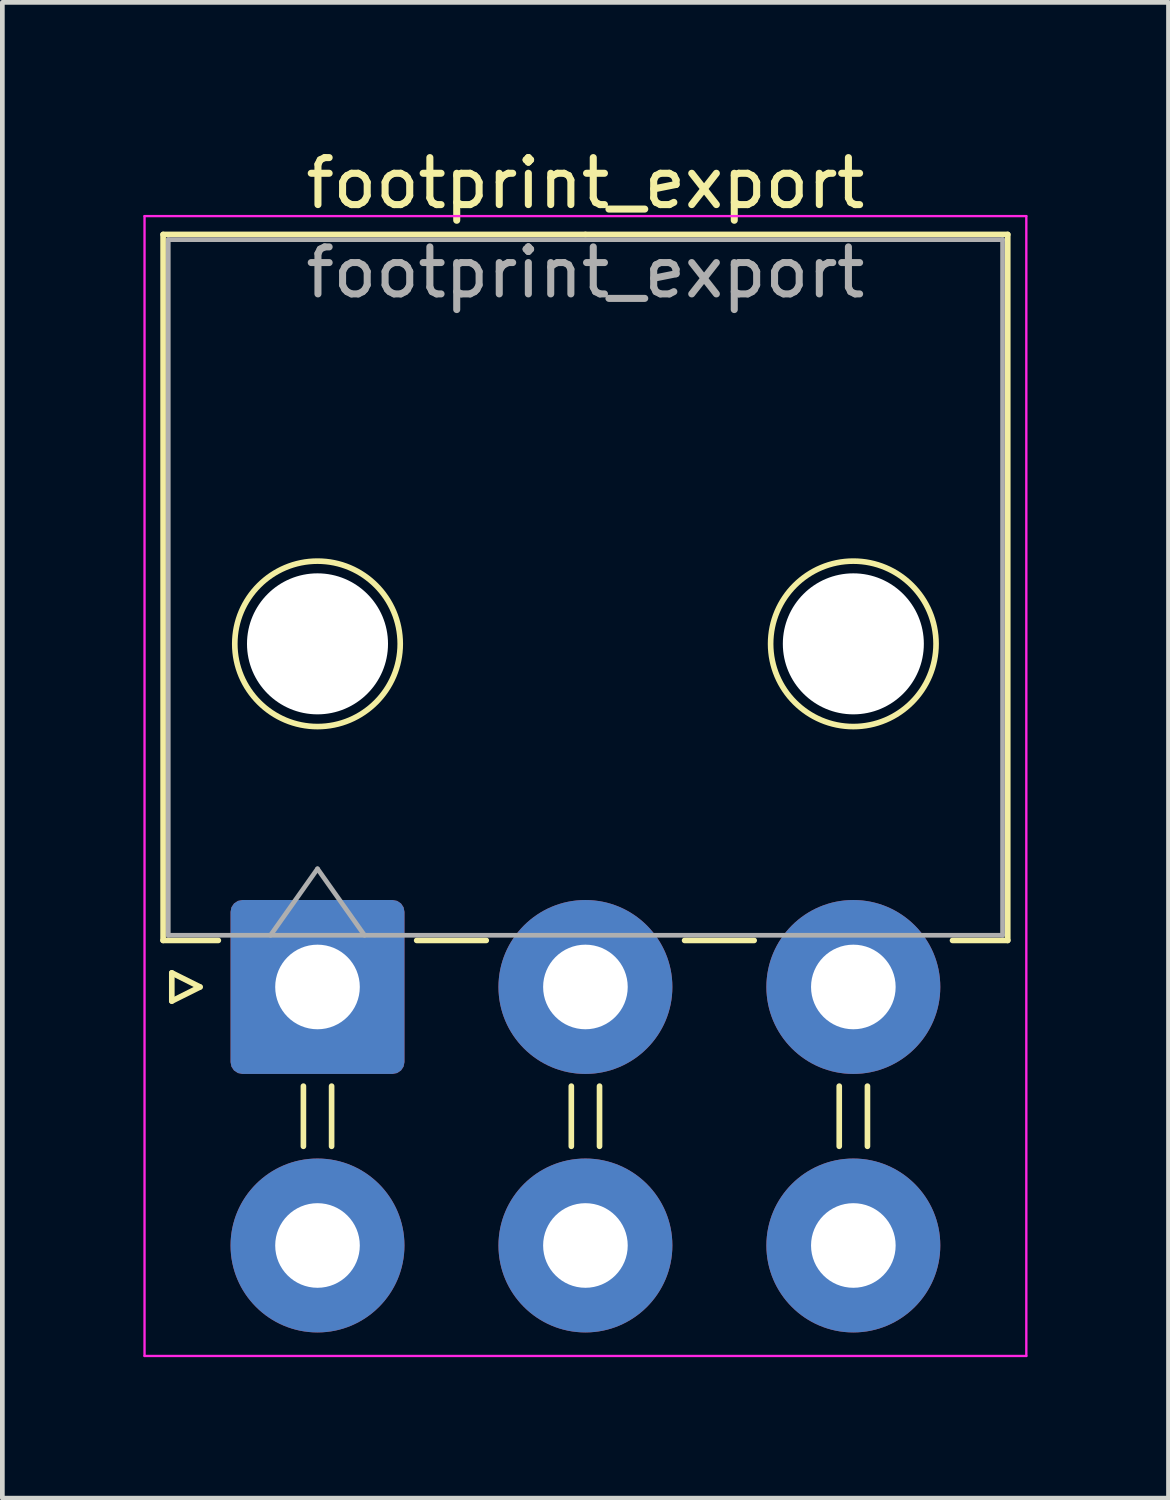
<source format=kicad_pcb>
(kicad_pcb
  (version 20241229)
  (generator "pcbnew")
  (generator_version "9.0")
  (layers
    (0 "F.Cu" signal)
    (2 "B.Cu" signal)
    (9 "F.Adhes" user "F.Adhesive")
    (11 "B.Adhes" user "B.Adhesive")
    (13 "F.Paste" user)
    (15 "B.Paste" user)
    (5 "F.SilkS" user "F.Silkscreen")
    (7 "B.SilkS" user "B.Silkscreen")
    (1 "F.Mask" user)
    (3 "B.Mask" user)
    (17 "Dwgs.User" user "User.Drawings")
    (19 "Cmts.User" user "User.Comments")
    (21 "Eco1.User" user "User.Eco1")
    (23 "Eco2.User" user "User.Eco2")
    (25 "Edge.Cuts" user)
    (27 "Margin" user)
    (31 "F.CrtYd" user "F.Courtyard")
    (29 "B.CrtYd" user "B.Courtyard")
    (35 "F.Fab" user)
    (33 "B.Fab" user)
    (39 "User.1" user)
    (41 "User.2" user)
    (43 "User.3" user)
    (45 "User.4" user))
  (footprint "footprint_export"
    (layer "F.Cu")
    (at 3.705 17.948)
    (property "Reference" "footprint_export" (at 5.7 -17.1 0) (layer "F.SilkS") (effects (font (size 1 1) (thickness 0.15))))
    (attr through_hole)
    (fp_line (start -3.285 -16.01) (end -3.285 -0.99) (stroke (width 0.12) (type solid)) (layer "F.SilkS"))
    (fp_line (start -3.285 -0.99) (end -2.11 -0.99) (stroke (width 0.12) (type solid)) (layer "F.SilkS"))
    (fp_line (start -3.1 -0.3) (end -2.5 0) (stroke (width 0.12) (type solid)) (layer "F.SilkS"))
    (fp_line (start -3.1 0.3) (end -3.1 -0.3) (stroke (width 0.12) (type solid)) (layer "F.SilkS"))
    (fp_line (start -2.5 0) (end -3.1 0.3) (stroke (width 0.12) (type solid)) (layer "F.SilkS"))
    (fp_line (start -0.3 2.11) (end -0.3 3.39) (stroke (width 0.12) (type solid)) (layer "F.SilkS"))
    (fp_line (start 0.3 2.11) (end 0.3 3.39) (stroke (width 0.12) (type solid)) (layer "F.SilkS"))
    (fp_line (start 2.11 -0.99) (end 3.59 -0.99) (stroke (width 0.12) (type solid)) (layer "F.SilkS"))
    (fp_line (start 5.4 2.11) (end 5.4 3.39) (stroke (width 0.12) (type solid)) (layer "F.SilkS"))
    (fp_line (start 5.7 -16.01) (end -3.285 -16.01) (stroke (width 0.12) (type solid)) (layer "F.SilkS"))
    (fp_line (start 5.7 -16.01) (end 14.685 -16.01) (stroke (width 0.12) (type solid)) (layer "F.SilkS"))
    (fp_line (start 6 2.11) (end 6 3.39) (stroke (width 0.12) (type solid)) (layer "F.SilkS"))
    (fp_line (start 7.81 -0.99) (end 9.29 -0.99) (stroke (width 0.12) (type solid)) (layer "F.SilkS"))
    (fp_line (start 11.1 2.11) (end 11.1 3.39) (stroke (width 0.12) (type solid)) (layer "F.SilkS"))
    (fp_line (start 11.7 2.11) (end 11.7 3.39) (stroke (width 0.12) (type solid)) (layer "F.SilkS"))
    (fp_line (start 14.685 -16.01) (end 14.685 -0.99) (stroke (width 0.12) (type solid)) (layer "F.SilkS"))
    (fp_line (start 14.685 -0.99) (end 13.51 -0.99) (stroke (width 0.12) (type solid)) (layer "F.SilkS"))
    (fp_circle (center 0 -7.3) (end 1.76 -7.3) (stroke (width 0.12) (type solid)) (fill no) (layer "F.SilkS"))
    (fp_circle (center 11.4 -7.3) (end 13.16 -7.3) (stroke (width 0.12) (type solid)) (fill no) (layer "F.SilkS"))
    (fp_line (start -3.68 -16.4) (end -3.68 7.85) (stroke (width 0.05) (type solid)) (layer "F.CrtYd"))
    (fp_line (start -3.68 7.85) (end 15.08 7.85) (stroke (width 0.05) (type solid)) (layer "F.CrtYd"))
    (fp_line (start 15.08 -16.4) (end -3.68 -16.4) (stroke (width 0.05) (type solid)) (layer "F.CrtYd"))
    (fp_line (start 15.08 7.85) (end 15.08 -16.4) (stroke (width 0.05) (type solid)) (layer "F.CrtYd"))
    (fp_line (start -3.175 -15.9) (end -3.175 -1.1) (stroke (width 0.1) (type solid)) (layer "F.Fab"))
    (fp_line (start -3.175 -1.1) (end 14.575 -1.1) (stroke (width 0.1) (type solid)) (layer "F.Fab"))
    (fp_line (start -1 -1.1) (end 0 -2.514) (stroke (width 0.1) (type solid)) (layer "F.Fab"))
    (fp_line (start 0 -2.514) (end 1 -1.1) (stroke (width 0.1) (type solid)) (layer "F.Fab"))
    (fp_line (start 14.575 -15.9) (end -3.175 -15.9) (stroke (width 0.1) (type solid)) (layer "F.Fab"))
    (fp_line (start 14.575 -1.1) (end 14.575 -15.9) (stroke (width 0.1) (type solid)) (layer "F.Fab"))
    (fp_text user "${REFERENCE}" (at 5.7 -15.2 0) (layer "F.Fab") (effects (font (size 1 1) (thickness 0.15))))
    (pad "" np_thru_hole circle (at 0 -7.3) (size 3 3) (drill 3) (layers "*.Cu" "*.Mask"))
    (pad "" np_thru_hole circle (at 11.4 -7.3) (size 3 3) (drill 3) (layers "*.Cu" "*.Mask"))
    (pad "1" thru_hole roundrect (at 0 0) (size 3.7 3.7) (drill 1.8) (layers "*.Cu" "*.Mask") (roundrect_rratio 0.068))
    (pad "2" thru_hole circle (at 5.7 0) (size 3.7 3.7) (drill 1.8) (layers "*.Cu" "*.Mask"))
    (pad "3" thru_hole circle (at 11.4 0) (size 3.7 3.7) (drill 1.8) (layers "*.Cu" "*.Mask"))
    (pad "4" thru_hole circle (at 0 5.5) (size 3.7 3.7) (drill 1.8) (layers "*.Cu" "*.Mask"))
    (pad "5" thru_hole circle (at 5.7 5.5) (size 3.7 3.7) (drill 1.8) (layers "*.Cu" "*.Mask"))
    (pad "6" thru_hole circle (at 11.4 5.5) (size 3.7 3.7) (drill 1.8) (layers "*.Cu" "*.Mask")))
  (gr_rect
    (start -3 -3)
    (end 21.81 28.823)
    (stroke (width 0.1) (type default))
    (fill no)
    (layer "Edge.Cuts")))
</source>
